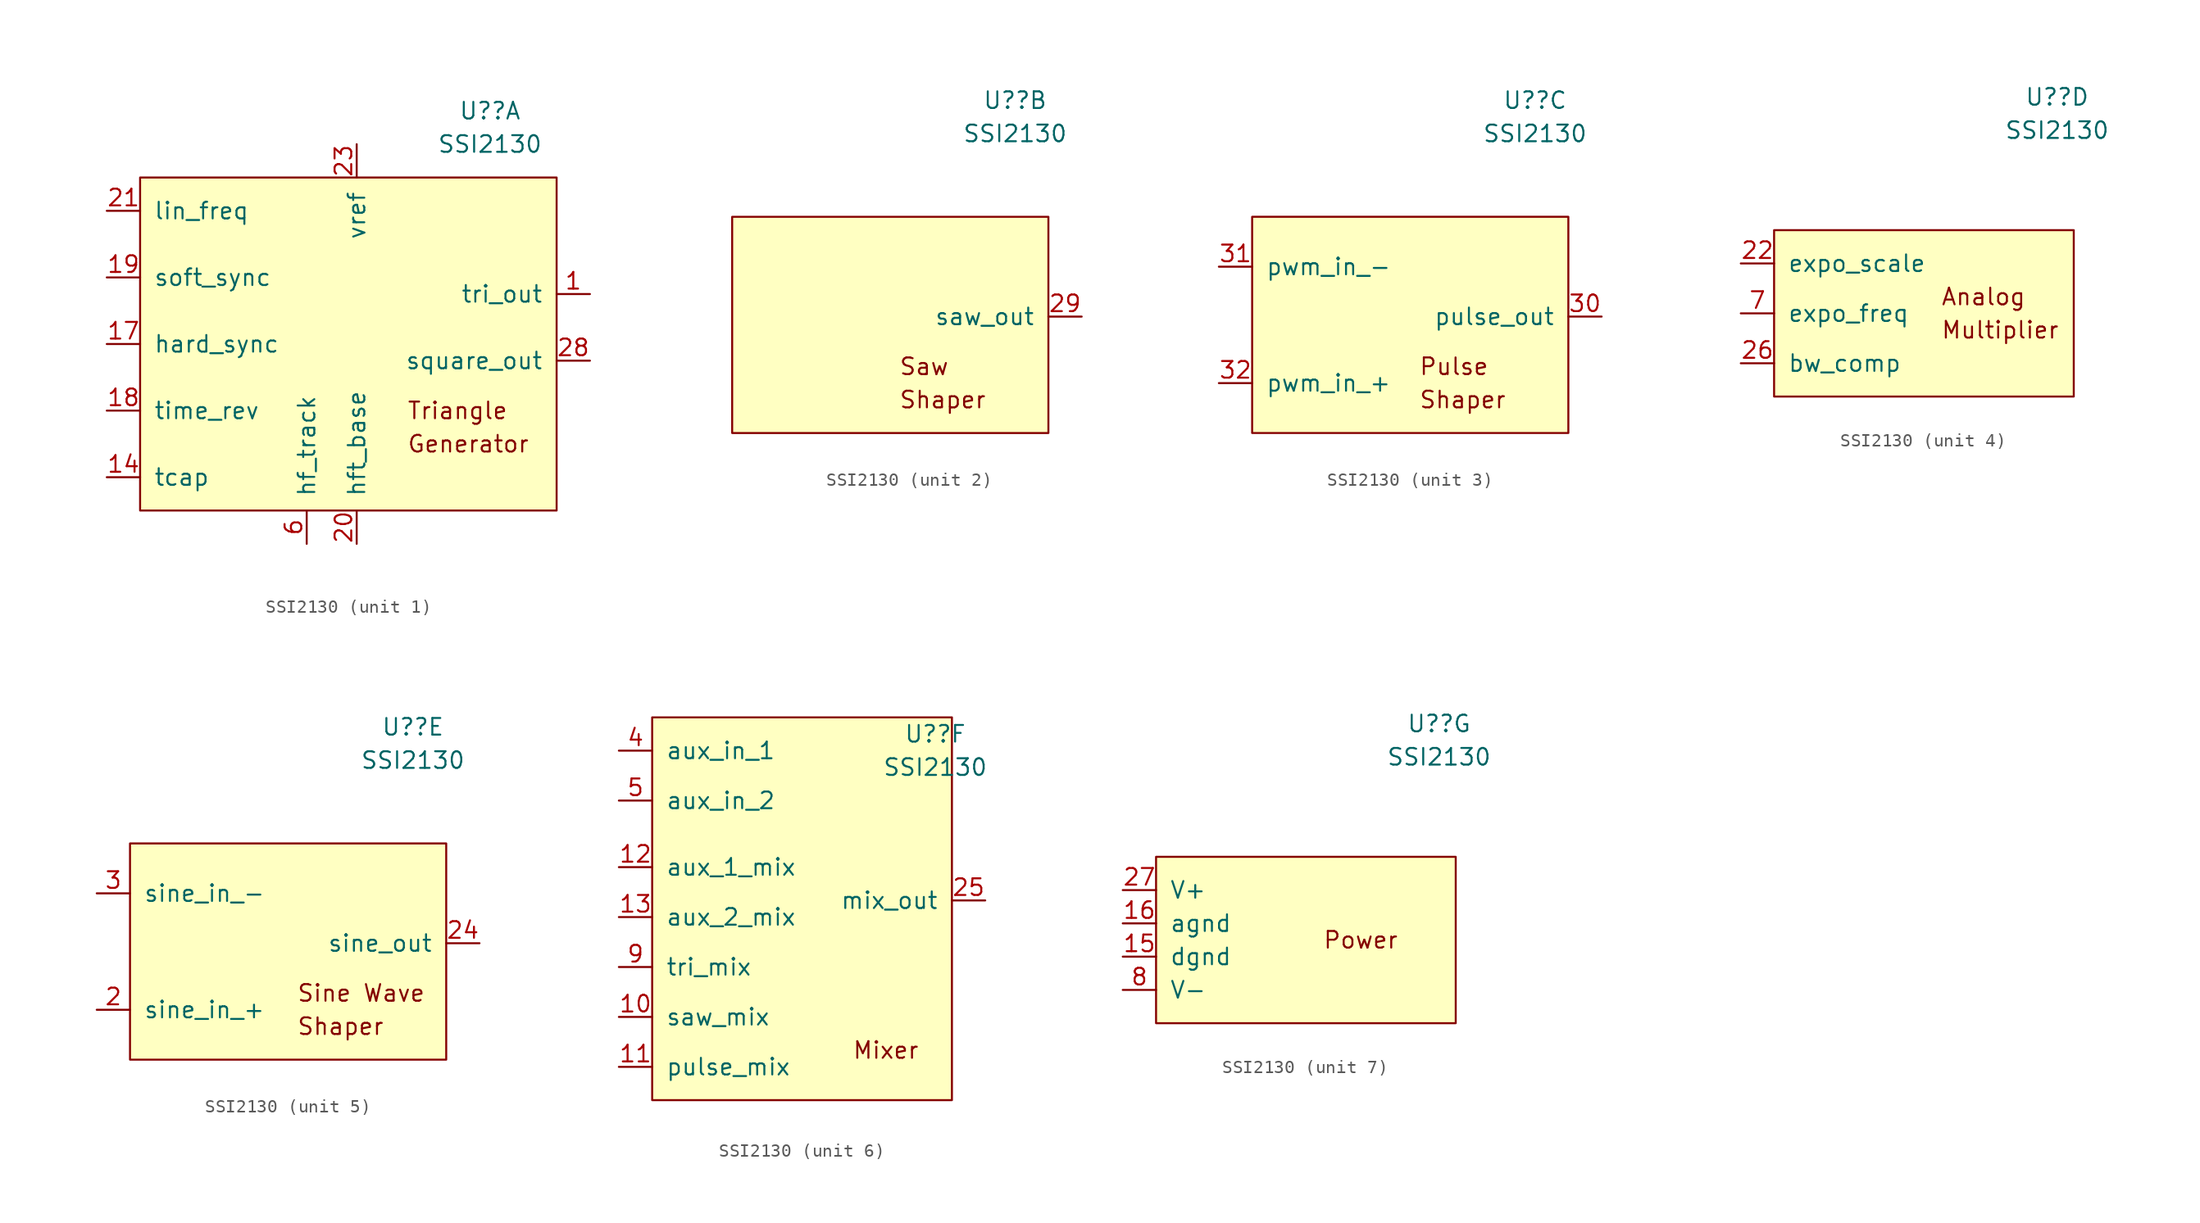
<source format=kicad_sym>
(kicad_symbol_lib
  (version 20211014)
  (generator kicad_symbol_editor)
  (symbol "SSI2130"
    (pin_names
      (offset 1.016))
    (property "Reference" "U?"
      (at 10.16 16.51 0)
      (effects (font (size 1.27 1.27))))
    (property "Value" "SSI2130"
      (at 10.16 13.97 0)
      (effects (font (size 1.27 1.27))))
    (property "ki_locked" ""
      (at 0 0 0)
      (effects (font (size 1.27 1.27))))
    (symbol "SSI2130_1_0"
      (polyline (pts (xy -16.51 11.43) (xy -16.51 -13.97) (xy 15.24 -13.97) (xy 15.24 11.43) (xy 6.35 11.43) (xy -16.51 11.43)) (stroke (width 0) (type default) (color 0 0 0 0)) (fill (type background)))
      (text "Generator" (at 3.81 -8.89 0) (effects (font (size 1.27 1.27)) (justify left)))
      (text "Triangle" (at 3.81 -6.35 0) (effects (font (size 1.27 1.27)) (justify left))))
    (symbol "SSI2130_1_1"
      (pin output line (at 17.78 2.54 180) (length 2.54) (name "tri_out" (effects (font (size 1.27 1.27)))) (number "1" (effects (font (size 1.27 1.27)))))
      (pin input line (at -19.05 -11.43 0) (length 2.54) (name "tcap" (effects (font (size 1.27 1.27)))) (number "14" (effects (font (size 1.27 1.27)))))
      (pin input line (at -19.05 -1.27 0) (length 2.54) (name "hard_sync" (effects (font (size 1.27 1.27)))) (number "17" (effects (font (size 1.27 1.27)))))
      (pin input line (at -19.05 -6.35 0) (length 2.54) (name "time_rev" (effects (font (size 1.27 1.27)))) (number "18" (effects (font (size 1.27 1.27)))))
      (pin input line (at -19.05 3.81 0) (length 2.54) (name "soft_sync" (effects (font (size 1.27 1.27)))) (number "19" (effects (font (size 1.27 1.27)))))
      (pin input line (at 0 -16.51 90) (length 2.54) (name "hft_base" (effects (font (size 1.27 1.27)))) (number "20" (effects (font (size 1.27 1.27)))))
      (pin input line (at -19.05 8.89 0) (length 2.54) (name "lin_freq" (effects (font (size 1.27 1.27)))) (number "21" (effects (font (size 1.27 1.27)))))
      (pin power_in line (at 0 13.97 270) (length 2.54) (name "vref" (effects (font (size 1.27 1.27)))) (number "23" (effects (font (size 1.27 1.27)))))
      (pin output line (at 17.78 -2.54 180) (length 2.54) (name "square_out" (effects (font (size 1.27 1.27)))) (number "28" (effects (font (size 1.27 1.27)))))
      (pin input line (at -3.81 -16.51 90) (length 2.54) (name "hf_track" (effects (font (size 1.27 1.27)))) (number "6" (effects (font (size 1.27 1.27))))))
    (symbol "SSI2130_2_1"
      (polyline (pts (xy -11.43 0) (xy -11.43 7.62) (xy 12.7 7.62) (xy 12.7 -8.89) (xy -11.43 -8.89) (xy -11.43 0)) (stroke (width 0) (type default) (color 0 0 0 0)) (fill (type background)))
      (text "Saw" (at 1.27 -3.81 0) (effects (font (size 1.27 1.27)) (justify left)))
      (text "Shaper" (at 1.27 -6.35 0) (effects (font (size 1.27 1.27)) (justify left)))
      (pin output line (at 15.24 0 180) (length 2.54) (name "saw_out" (effects (font (size 1.27 1.27)))) (number "29" (effects (font (size 1.27 1.27))))))
    (symbol "SSI2130_3_1"
      (polyline (pts (xy 12.7 7.62) (xy -11.43 7.62) (xy -11.43 -8.89) (xy 12.7 -8.89) (xy 12.7 7.62)) (stroke (width 0) (type default) (color 0 0 0 0)) (fill (type background)))
      (text "Pulse" (at 1.27 -3.81 0) (effects (font (size 1.27 1.27)) (justify left)))
      (text "Shaper" (at 1.27 -6.35 0) (effects (font (size 1.27 1.27)) (justify left)))
      (pin output line (at 15.24 0 180) (length 2.54) (name "pulse_out" (effects (font (size 1.27 1.27)))) (number "30" (effects (font (size 1.27 1.27)))))
      (pin input line (at -13.97 3.81 0) (length 2.54) (name "pwm_in_-" (effects (font (size 1.27 1.27)))) (number "31" (effects (font (size 1.27 1.27)))))
      (pin input line (at -13.97 -5.08 0) (length 2.54) (name "pwm_in_+" (effects (font (size 1.27 1.27)))) (number "32" (effects (font (size 1.27 1.27))))))
    (symbol "SSI2130_4_1"
      (polyline (pts (xy -11.43 6.35) (xy -11.43 -6.35) (xy 11.43 -6.35) (xy 11.43 6.35) (xy -11.43 6.35)) (stroke (width 0) (type default) (color 0 0 0 0)) (fill (type background)))
      (text "Analog" (at 1.27 1.27 0) (effects (font (size 1.27 1.27)) (justify left)))
      (text "Multiplier" (at 1.27 -1.27 0) (effects (font (size 1.27 1.27)) (justify left)))
      (pin input line (at -13.97 3.81 0) (length 2.54) (name "expo_scale" (effects (font (size 1.27 1.27)))) (number "22" (effects (font (size 1.27 1.27)))))
      (pin input line (at -13.97 -3.81 0) (length 2.54) (name "bw_comp" (effects (font (size 1.27 1.27)))) (number "26" (effects (font (size 1.27 1.27)))))
      (pin input line (at -13.97 0 0) (length 2.54) (name "expo_freq" (effects (font (size 1.27 1.27)))) (number "7" (effects (font (size 1.27 1.27))))))
    (symbol "SSI2130_5_1"
      (polyline (pts (xy -11.43 7.62) (xy -11.43 -8.89) (xy 12.7 -8.89) (xy 12.7 7.62) (xy -11.43 7.62)) (stroke (width 0) (type default) (color 0 0 0 0)) (fill (type background)))
      (text "Shaper" (at 1.27 -6.35 0) (effects (font (size 1.27 1.27)) (justify left)))
      (text "Sine Wave" (at 1.27 -3.81 0) (effects (font (size 1.27 1.27)) (justify left)))
      (pin input line (at -13.97 -5.08 0) (length 2.54) (name "sine_in_+" (effects (font (size 1.27 1.27)))) (number "2" (effects (font (size 1.27 1.27)))))
      (pin output line (at 15.24 0 180) (length 2.54) (name "sine_out" (effects (font (size 1.27 1.27)))) (number "24" (effects (font (size 1.27 1.27)))))
      (pin input line (at -13.97 3.81 0) (length 2.54) (name "sine_in_-" (effects (font (size 1.27 1.27)))) (number "3" (effects (font (size 1.27 1.27))))))
    (symbol "SSI2130_6_1"
      (polyline (pts (xy 11.43 -11.43) (xy -11.43 -11.43) (xy -11.43 10.16) (xy -11.43 17.78) (xy 11.43 17.78) (xy 11.43 -11.43)) (stroke (width 0) (type default) (color 0 0 0 0)) (fill (type background)))
      (text "Mixer" (at 3.81 -7.62 0) (effects (font (size 1.27 1.27)) (justify left)))
      (pin input line (at -13.97 -5.08 0) (length 2.54) (name "saw_mix" (effects (font (size 1.27 1.27)))) (number "10" (effects (font (size 1.27 1.27)))))
      (pin input line (at -13.97 -8.89 0) (length 2.54) (name "pulse_mix" (effects (font (size 1.27 1.27)))) (number "11" (effects (font (size 1.27 1.27)))))
      (pin input line (at -13.97 6.35 0) (length 2.54) (name "aux_1_mix" (effects (font (size 1.27 1.27)))) (number "12" (effects (font (size 1.27 1.27)))))
      (pin input line (at -13.97 2.54 0) (length 2.54) (name "aux_2_mix" (effects (font (size 1.27 1.27)))) (number "13" (effects (font (size 1.27 1.27)))))
      (pin output line (at 13.97 3.81 180) (length 2.54) (name "mix_out" (effects (font (size 1.27 1.27)))) (number "25" (effects (font (size 1.27 1.27)))))
      (pin input line (at -13.97 15.24 0) (length 2.54) (name "aux_in_1" (effects (font (size 1.27 1.27)))) (number "4" (effects (font (size 1.27 1.27)))))
      (pin input line (at -13.97 11.43 0) (length 2.54) (name "aux_in_2" (effects (font (size 1.27 1.27)))) (number "5" (effects (font (size 1.27 1.27)))))
      (pin input line (at -13.97 -1.27 0) (length 2.54) (name "tri_mix" (effects (font (size 1.27 1.27)))) (number "9" (effects (font (size 1.27 1.27))))))
    (symbol "SSI2130_7_1"
      (polyline (pts (xy -11.43 6.35) (xy -11.43 -6.35) (xy 11.43 -6.35) (xy 11.43 6.35) (xy -11.43 6.35)) (stroke (width 0) (type default) (color 0 0 0 0)) (fill (type background)))
      (text "Power" (at 1.27 0 0) (effects (font (size 1.27 1.27)) (justify left)))
      (pin power_in line (at -13.97 -1.27 0) (length 2.54) (name "dgnd" (effects (font (size 1.27 1.27)))) (number "15" (effects (font (size 1.27 1.27)))))
      (pin power_in line (at -13.97 1.27 0) (length 2.54) (name "agnd" (effects (font (size 1.27 1.27)))) (number "16" (effects (font (size 1.27 1.27)))))
      (pin power_in line (at -13.97 3.81 0) (length 2.54) (name "V+" (effects (font (size 1.27 1.27)))) (number "27" (effects (font (size 1.27 1.27)))))
      (pin power_in line (at -13.97 -3.81 0) (length 2.54) (name "V-" (effects (font (size 1.27 1.27)))) (number "8" (effects (font (size 1.27 1.27))))))))
</source>
